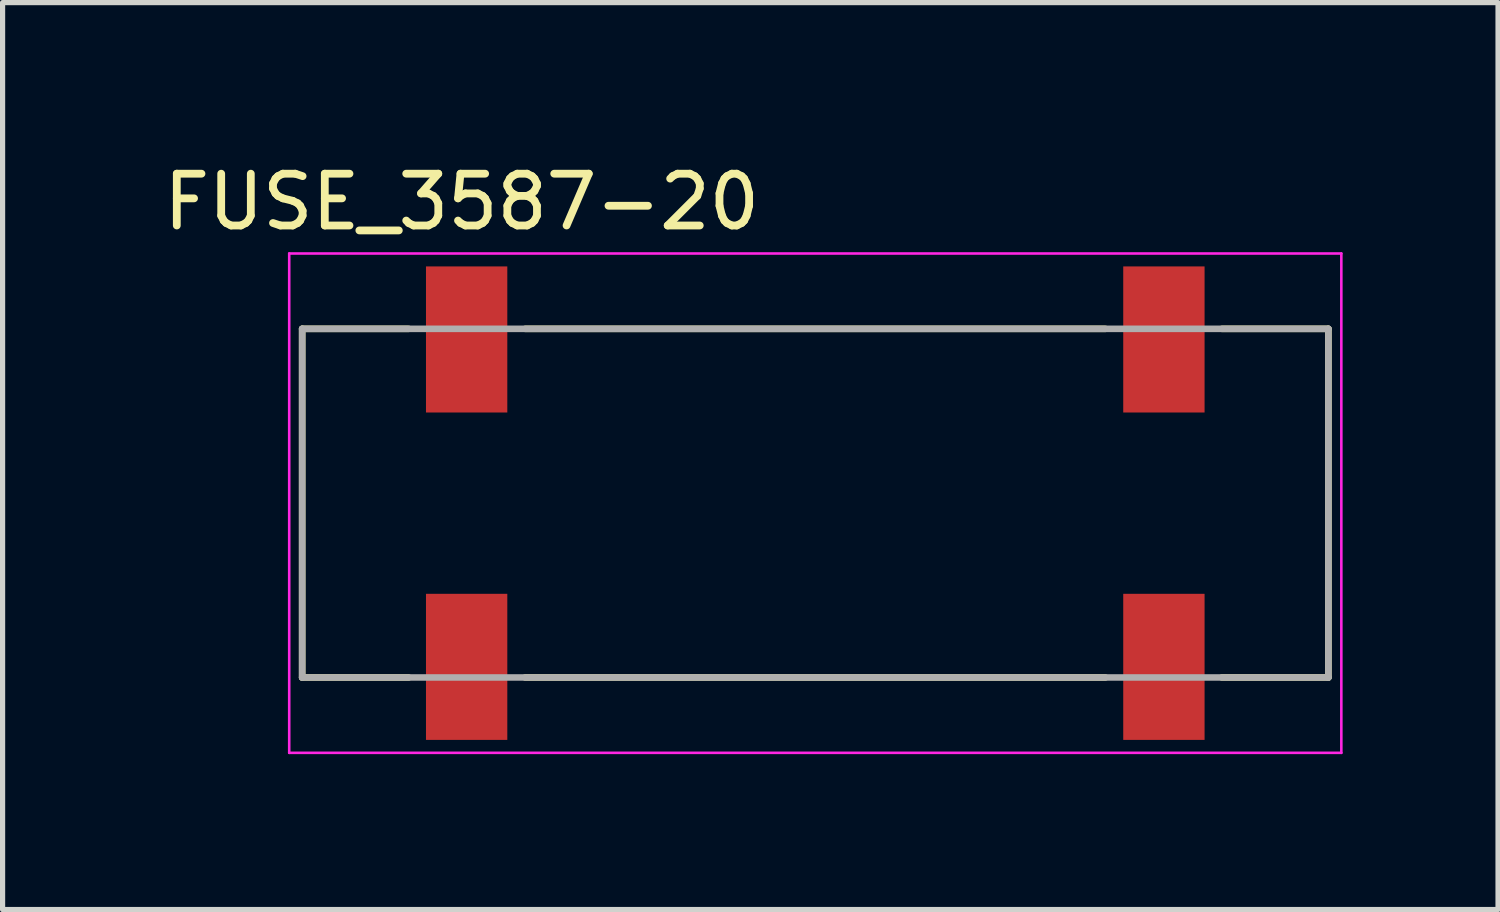
<source format=kicad_pcb>
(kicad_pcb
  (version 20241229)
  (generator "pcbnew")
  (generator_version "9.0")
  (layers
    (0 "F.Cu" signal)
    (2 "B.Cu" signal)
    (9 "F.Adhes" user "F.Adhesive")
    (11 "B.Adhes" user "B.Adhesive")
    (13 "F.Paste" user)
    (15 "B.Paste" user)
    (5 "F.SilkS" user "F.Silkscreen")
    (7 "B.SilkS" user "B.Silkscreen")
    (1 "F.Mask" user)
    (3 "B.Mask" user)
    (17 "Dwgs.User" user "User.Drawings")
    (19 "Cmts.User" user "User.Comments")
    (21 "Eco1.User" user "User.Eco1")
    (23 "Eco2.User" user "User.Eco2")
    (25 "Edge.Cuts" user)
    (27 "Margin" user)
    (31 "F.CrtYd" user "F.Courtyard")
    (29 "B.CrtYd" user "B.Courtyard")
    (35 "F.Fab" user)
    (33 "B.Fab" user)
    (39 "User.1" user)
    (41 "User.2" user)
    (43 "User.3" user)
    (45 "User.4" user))
  (footprint "FUSE_3587-20"
    (layer "F.Cu")
    (at 12.688 6.663)
    (property "Reference" "FUSE_3587-20" (at -6.825 -5.815 0) (layer "F.SilkS") (effects (font (size 1 1) (thickness 0.15))))
    (attr smd)
    (fp_line (start -9.905 -3.365) (end -9.905 3.365) (stroke (width 0.127) (type solid)) (layer "F.SilkS"))
    (fp_line (start -7.85 -3.365) (end -9.905 -3.365) (stroke (width 0.127) (type solid)) (layer "F.SilkS"))
    (fp_line (start -7.85 3.365) (end -9.905 3.365) (stroke (width 0.127) (type solid)) (layer "F.SilkS"))
    (fp_line (start -5.6 -3.365) (end 5.6 -3.365) (stroke (width 0.127) (type solid)) (layer "F.SilkS"))
    (fp_line (start 5.6 3.365) (end -5.6 3.365) (stroke (width 0.127) (type solid)) (layer "F.SilkS"))
    (fp_line (start 7.85 -3.365) (end 9.905 -3.365) (stroke (width 0.127) (type solid)) (layer "F.SilkS"))
    (fp_line (start 7.85 3.365) (end 9.905 3.365) (stroke (width 0.127) (type solid)) (layer "F.SilkS"))
    (fp_line (start 9.905 -3.365) (end 9.905 3.365) (stroke (width 0.127) (type solid)) (layer "F.SilkS"))
    (fp_line (start -10.155 -4.82) (end 10.155 -4.82) (stroke (width 0.05) (type solid)) (layer "F.CrtYd"))
    (fp_line (start -10.155 4.82) (end -10.155 -4.82) (stroke (width 0.05) (type solid)) (layer "F.CrtYd"))
    (fp_line (start 10.155 -4.82) (end 10.155 4.82) (stroke (width 0.05) (type solid)) (layer "F.CrtYd"))
    (fp_line (start 10.155 4.82) (end -10.155 4.82) (stroke (width 0.05) (type solid)) (layer "F.CrtYd"))
    (fp_line (start -9.905 -3.365) (end 9.905 -3.365) (stroke (width 0.127) (type solid)) (layer "F.Fab"))
    (fp_line (start -9.905 3.365) (end -9.905 -3.365) (stroke (width 0.127) (type solid)) (layer "F.Fab"))
    (fp_line (start 9.905 -3.365) (end 9.905 3.365) (stroke (width 0.127) (type solid)) (layer "F.Fab"))
    (fp_line (start 9.905 3.365) (end -9.905 3.365) (stroke (width 0.127) (type solid)) (layer "F.Fab"))
    (pad "1_1" smd rect (at -6.73 -3.16) (size 1.57 2.82) (layers "F.Cu" "F.Mask" "F.Paste"))
    (pad "1_2" smd rect (at -6.73 3.16) (size 1.57 2.82) (layers "F.Cu" "F.Mask" "F.Paste"))
    (pad "2_1" smd rect (at 6.73 -3.16) (size 1.57 2.82) (layers "F.Cu" "F.Mask" "F.Paste"))
    (pad "2_2" smd rect (at 6.73 3.16) (size 1.57 2.82) (layers "F.Cu" "F.Mask" "F.Paste")))
  (gr_rect
    (start -3 -3)
    (end 25.868 14.508)
    (stroke (width 0.1) (type default))
    (fill no)
    (layer "Edge.Cuts")))
</source>
